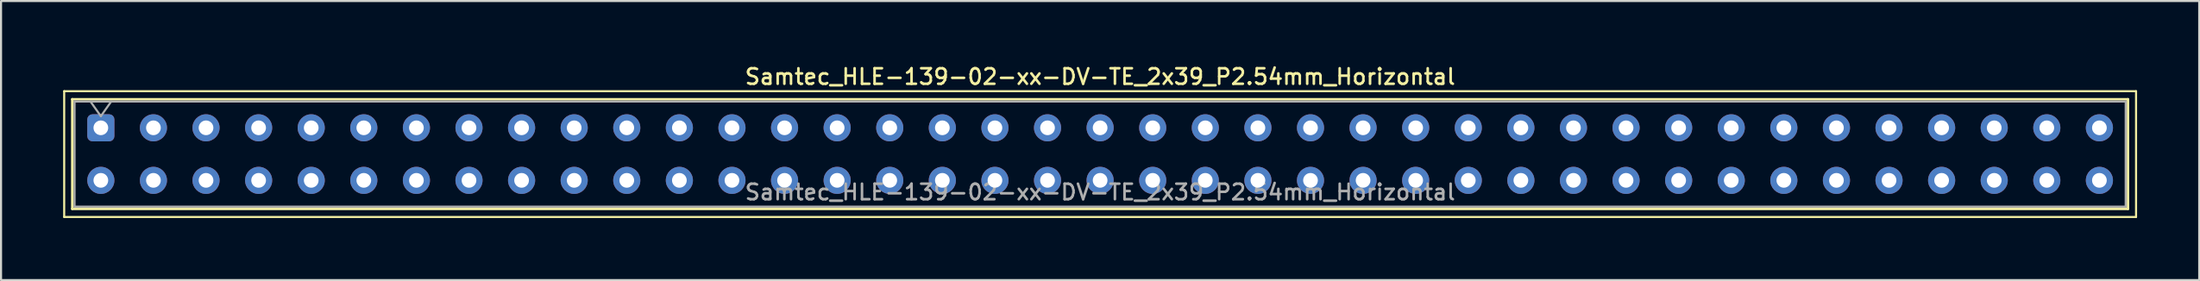
<source format=kicad_pcb>
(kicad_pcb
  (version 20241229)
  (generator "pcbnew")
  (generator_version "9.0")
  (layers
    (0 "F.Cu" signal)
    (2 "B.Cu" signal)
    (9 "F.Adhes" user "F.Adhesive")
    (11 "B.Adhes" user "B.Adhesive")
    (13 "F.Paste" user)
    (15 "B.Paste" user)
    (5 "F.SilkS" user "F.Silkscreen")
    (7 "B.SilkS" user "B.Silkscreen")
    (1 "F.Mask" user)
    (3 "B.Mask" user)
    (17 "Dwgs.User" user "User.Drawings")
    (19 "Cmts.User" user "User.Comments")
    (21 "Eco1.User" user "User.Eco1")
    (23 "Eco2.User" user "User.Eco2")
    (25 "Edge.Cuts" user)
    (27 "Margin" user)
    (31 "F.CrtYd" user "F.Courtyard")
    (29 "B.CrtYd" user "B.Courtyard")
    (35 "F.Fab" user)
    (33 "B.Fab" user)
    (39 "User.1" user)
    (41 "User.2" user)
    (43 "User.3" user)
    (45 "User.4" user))
  (footprint "Samtec_HLE-139-02-xx-DV-TE_2x39_P2.54mm_Horizontal"
    (layer "F.Cu")
    (at 1.82 3.128)
    (property "Reference" "Samtec_HLE-139-02-xx-DV-TE_2x39_P2.54mm_Horizontal" (at 48.26 -2.47 0) (layer "F.SilkS") (effects (font (size 0.75 0.75) (thickness 0.125))))
    (attr through_hole)
    (fp_line (start -1.77 -1.77) (end 98.29 -1.77) (stroke (width 0.1) (type solid)) (layer "F.SilkS"))
    (fp_line (start -1.77 4.31) (end -1.77 -1.77) (stroke (width 0.1) (type solid)) (layer "F.SilkS"))
    (fp_line (start -1.38 -1.38) (end 97.9 -1.38) (stroke (width 0.12) (type solid)) (layer "F.SilkS"))
    (fp_line (start -1.38 3.92) (end -1.38 -1.38) (stroke (width 0.12) (type solid)) (layer "F.SilkS"))
    (fp_line (start 97.9 -1.38) (end 97.9 3.92) (stroke (width 0.12) (type solid)) (layer "F.SilkS"))
    (fp_line (start 97.9 3.92) (end -1.38 3.92) (stroke (width 0.12) (type solid)) (layer "F.SilkS"))
    (fp_line (start 98.29 -1.77) (end 98.29 4.31) (stroke (width 0.1) (type solid)) (layer "F.SilkS"))
    (fp_line (start 98.29 4.31) (end -1.77 4.31) (stroke (width 0.1) (type solid)) (layer "F.SilkS"))
    (fp_line (start -1.27 -1.27) (end 97.79 -1.27) (stroke (width 0.1) (type solid)) (layer "F.Fab"))
    (fp_line (start -1.27 3.81) (end -1.27 -1.27) (stroke (width 0.1) (type solid)) (layer "F.Fab"))
    (fp_line (start -0.5 -1.27) (end 0 -0.563) (stroke (width 0.1) (type solid)) (layer "F.Fab"))
    (fp_line (start 0 -0.563) (end 0.5 -1.27) (stroke (width 0.1) (type solid)) (layer "F.Fab"))
    (fp_line (start 97.79 -1.27) (end 97.79 3.81) (stroke (width 0.1) (type solid)) (layer "F.Fab"))
    (fp_line (start 97.79 3.81) (end -1.27 3.81) (stroke (width 0.1) (type solid)) (layer "F.Fab"))
    (fp_text user "${REFERENCE}" (at 48.26 3.11 0) (layer "F.Fab") (effects (font (size 0.75 0.75) (thickness 0.125))))
    (pad "1" thru_hole roundrect (at 0 0) (size 1.31 1.31) (drill 0.71) (layers "*.Cu" "*.Mask") (roundrect_rratio 0.191))
    (pad "2" thru_hole circle (at 0 2.54) (size 1.31 1.31) (drill 0.71) (layers "*.Cu" "*.Mask"))
    (pad "3" thru_hole circle (at 2.54 0) (size 1.31 1.31) (drill 0.71) (layers "*.Cu" "*.Mask"))
    (pad "4" thru_hole circle (at 2.54 2.54) (size 1.31 1.31) (drill 0.71) (layers "*.Cu" "*.Mask"))
    (pad "5" thru_hole circle (at 5.08 0) (size 1.31 1.31) (drill 0.71) (layers "*.Cu" "*.Mask"))
    (pad "6" thru_hole circle (at 5.08 2.54) (size 1.31 1.31) (drill 0.71) (layers "*.Cu" "*.Mask"))
    (pad "7" thru_hole circle (at 7.62 0) (size 1.31 1.31) (drill 0.71) (layers "*.Cu" "*.Mask"))
    (pad "8" thru_hole circle (at 7.62 2.54) (size 1.31 1.31) (drill 0.71) (layers "*.Cu" "*.Mask"))
    (pad "9" thru_hole circle (at 10.16 0) (size 1.31 1.31) (drill 0.71) (layers "*.Cu" "*.Mask"))
    (pad "10" thru_hole circle (at 10.16 2.54) (size 1.31 1.31) (drill 0.71) (layers "*.Cu" "*.Mask"))
    (pad "11" thru_hole circle (at 12.7 0) (size 1.31 1.31) (drill 0.71) (layers "*.Cu" "*.Mask"))
    (pad "12" thru_hole circle (at 12.7 2.54) (size 1.31 1.31) (drill 0.71) (layers "*.Cu" "*.Mask"))
    (pad "13" thru_hole circle (at 15.24 0) (size 1.31 1.31) (drill 0.71) (layers "*.Cu" "*.Mask"))
    (pad "14" thru_hole circle (at 15.24 2.54) (size 1.31 1.31) (drill 0.71) (layers "*.Cu" "*.Mask"))
    (pad "15" thru_hole circle (at 17.78 0) (size 1.31 1.31) (drill 0.71) (layers "*.Cu" "*.Mask"))
    (pad "16" thru_hole circle (at 17.78 2.54) (size 1.31 1.31) (drill 0.71) (layers "*.Cu" "*.Mask"))
    (pad "17" thru_hole circle (at 20.32 0) (size 1.31 1.31) (drill 0.71) (layers "*.Cu" "*.Mask"))
    (pad "18" thru_hole circle (at 20.32 2.54) (size 1.31 1.31) (drill 0.71) (layers "*.Cu" "*.Mask"))
    (pad "19" thru_hole circle (at 22.86 0) (size 1.31 1.31) (drill 0.71) (layers "*.Cu" "*.Mask"))
    (pad "20" thru_hole circle (at 22.86 2.54) (size 1.31 1.31) (drill 0.71) (layers "*.Cu" "*.Mask"))
    (pad "21" thru_hole circle (at 25.4 0) (size 1.31 1.31) (drill 0.71) (layers "*.Cu" "*.Mask"))
    (pad "22" thru_hole circle (at 25.4 2.54) (size 1.31 1.31) (drill 0.71) (layers "*.Cu" "*.Mask"))
    (pad "23" thru_hole circle (at 27.94 0) (size 1.31 1.31) (drill 0.71) (layers "*.Cu" "*.Mask"))
    (pad "24" thru_hole circle (at 27.94 2.54) (size 1.31 1.31) (drill 0.71) (layers "*.Cu" "*.Mask"))
    (pad "25" thru_hole circle (at 30.48 0) (size 1.31 1.31) (drill 0.71) (layers "*.Cu" "*.Mask"))
    (pad "26" thru_hole circle (at 30.48 2.54) (size 1.31 1.31) (drill 0.71) (layers "*.Cu" "*.Mask"))
    (pad "27" thru_hole circle (at 33.02 0) (size 1.31 1.31) (drill 0.71) (layers "*.Cu" "*.Mask"))
    (pad "28" thru_hole circle (at 33.02 2.54) (size 1.31 1.31) (drill 0.71) (layers "*.Cu" "*.Mask"))
    (pad "29" thru_hole circle (at 35.56 0) (size 1.31 1.31) (drill 0.71) (layers "*.Cu" "*.Mask"))
    (pad "30" thru_hole circle (at 35.56 2.54) (size 1.31 1.31) (drill 0.71) (layers "*.Cu" "*.Mask"))
    (pad "31" thru_hole circle (at 38.1 0) (size 1.31 1.31) (drill 0.71) (layers "*.Cu" "*.Mask"))
    (pad "32" thru_hole circle (at 38.1 2.54) (size 1.31 1.31) (drill 0.71) (layers "*.Cu" "*.Mask"))
    (pad "33" thru_hole circle (at 40.64 0) (size 1.31 1.31) (drill 0.71) (layers "*.Cu" "*.Mask"))
    (pad "34" thru_hole circle (at 40.64 2.54) (size 1.31 1.31) (drill 0.71) (layers "*.Cu" "*.Mask"))
    (pad "35" thru_hole circle (at 43.18 0) (size 1.31 1.31) (drill 0.71) (layers "*.Cu" "*.Mask"))
    (pad "36" thru_hole circle (at 43.18 2.54) (size 1.31 1.31) (drill 0.71) (layers "*.Cu" "*.Mask"))
    (pad "37" thru_hole circle (at 45.72 0) (size 1.31 1.31) (drill 0.71) (layers "*.Cu" "*.Mask"))
    (pad "38" thru_hole circle (at 45.72 2.54) (size 1.31 1.31) (drill 0.71) (layers "*.Cu" "*.Mask"))
    (pad "39" thru_hole circle (at 48.26 0) (size 1.31 1.31) (drill 0.71) (layers "*.Cu" "*.Mask"))
    (pad "40" thru_hole circle (at 48.26 2.54) (size 1.31 1.31) (drill 0.71) (layers "*.Cu" "*.Mask"))
    (pad "41" thru_hole circle (at 50.8 0) (size 1.31 1.31) (drill 0.71) (layers "*.Cu" "*.Mask"))
    (pad "42" thru_hole circle (at 50.8 2.54) (size 1.31 1.31) (drill 0.71) (layers "*.Cu" "*.Mask"))
    (pad "43" thru_hole circle (at 53.34 0) (size 1.31 1.31) (drill 0.71) (layers "*.Cu" "*.Mask"))
    (pad "44" thru_hole circle (at 53.34 2.54) (size 1.31 1.31) (drill 0.71) (layers "*.Cu" "*.Mask"))
    (pad "45" thru_hole circle (at 55.88 0) (size 1.31 1.31) (drill 0.71) (layers "*.Cu" "*.Mask"))
    (pad "46" thru_hole circle (at 55.88 2.54) (size 1.31 1.31) (drill 0.71) (layers "*.Cu" "*.Mask"))
    (pad "47" thru_hole circle (at 58.42 0) (size 1.31 1.31) (drill 0.71) (layers "*.Cu" "*.Mask"))
    (pad "48" thru_hole circle (at 58.42 2.54) (size 1.31 1.31) (drill 0.71) (layers "*.Cu" "*.Mask"))
    (pad "49" thru_hole circle (at 60.96 0) (size 1.31 1.31) (drill 0.71) (layers "*.Cu" "*.Mask"))
    (pad "50" thru_hole circle (at 60.96 2.54) (size 1.31 1.31) (drill 0.71) (layers "*.Cu" "*.Mask"))
    (pad "51" thru_hole circle (at 63.5 0) (size 1.31 1.31) (drill 0.71) (layers "*.Cu" "*.Mask"))
    (pad "52" thru_hole circle (at 63.5 2.54) (size 1.31 1.31) (drill 0.71) (layers "*.Cu" "*.Mask"))
    (pad "53" thru_hole circle (at 66.04 0) (size 1.31 1.31) (drill 0.71) (layers "*.Cu" "*.Mask"))
    (pad "54" thru_hole circle (at 66.04 2.54) (size 1.31 1.31) (drill 0.71) (layers "*.Cu" "*.Mask"))
    (pad "55" thru_hole circle (at 68.58 0) (size 1.31 1.31) (drill 0.71) (layers "*.Cu" "*.Mask"))
    (pad "56" thru_hole circle (at 68.58 2.54) (size 1.31 1.31) (drill 0.71) (layers "*.Cu" "*.Mask"))
    (pad "57" thru_hole circle (at 71.12 0) (size 1.31 1.31) (drill 0.71) (layers "*.Cu" "*.Mask"))
    (pad "58" thru_hole circle (at 71.12 2.54) (size 1.31 1.31) (drill 0.71) (layers "*.Cu" "*.Mask"))
    (pad "59" thru_hole circle (at 73.66 0) (size 1.31 1.31) (drill 0.71) (layers "*.Cu" "*.Mask"))
    (pad "60" thru_hole circle (at 73.66 2.54) (size 1.31 1.31) (drill 0.71) (layers "*.Cu" "*.Mask"))
    (pad "61" thru_hole circle (at 76.2 0) (size 1.31 1.31) (drill 0.71) (layers "*.Cu" "*.Mask"))
    (pad "62" thru_hole circle (at 76.2 2.54) (size 1.31 1.31) (drill 0.71) (layers "*.Cu" "*.Mask"))
    (pad "63" thru_hole circle (at 78.74 0) (size 1.31 1.31) (drill 0.71) (layers "*.Cu" "*.Mask"))
    (pad "64" thru_hole circle (at 78.74 2.54) (size 1.31 1.31) (drill 0.71) (layers "*.Cu" "*.Mask"))
    (pad "65" thru_hole circle (at 81.28 0) (size 1.31 1.31) (drill 0.71) (layers "*.Cu" "*.Mask"))
    (pad "66" thru_hole circle (at 81.28 2.54) (size 1.31 1.31) (drill 0.71) (layers "*.Cu" "*.Mask"))
    (pad "67" thru_hole circle (at 83.82 0) (size 1.31 1.31) (drill 0.71) (layers "*.Cu" "*.Mask"))
    (pad "68" thru_hole circle (at 83.82 2.54) (size 1.31 1.31) (drill 0.71) (layers "*.Cu" "*.Mask"))
    (pad "69" thru_hole circle (at 86.36 0) (size 1.31 1.31) (drill 0.71) (layers "*.Cu" "*.Mask"))
    (pad "70" thru_hole circle (at 86.36 2.54) (size 1.31 1.31) (drill 0.71) (layers "*.Cu" "*.Mask"))
    (pad "71" thru_hole circle (at 88.9 0) (size 1.31 1.31) (drill 0.71) (layers "*.Cu" "*.Mask"))
    (pad "72" thru_hole circle (at 88.9 2.54) (size 1.31 1.31) (drill 0.71) (layers "*.Cu" "*.Mask"))
    (pad "73" thru_hole circle (at 91.44 0) (size 1.31 1.31) (drill 0.71) (layers "*.Cu" "*.Mask"))
    (pad "74" thru_hole circle (at 91.44 2.54) (size 1.31 1.31) (drill 0.71) (layers "*.Cu" "*.Mask"))
    (pad "75" thru_hole circle (at 93.98 0) (size 1.31 1.31) (drill 0.71) (layers "*.Cu" "*.Mask"))
    (pad "76" thru_hole circle (at 93.98 2.54) (size 1.31 1.31) (drill 0.71) (layers "*.Cu" "*.Mask"))
    (pad "77" thru_hole circle (at 96.52 0) (size 1.31 1.31) (drill 0.71) (layers "*.Cu" "*.Mask"))
    (pad "78" thru_hole circle (at 96.52 2.54) (size 1.31 1.31) (drill 0.71) (layers "*.Cu" "*.Mask")))
  (gr_rect
    (start -3 -3)
    (end 103.16 10.488)
    (stroke (width 0.1) (type default))
    (fill no)
    (layer "Edge.Cuts")))
</source>
